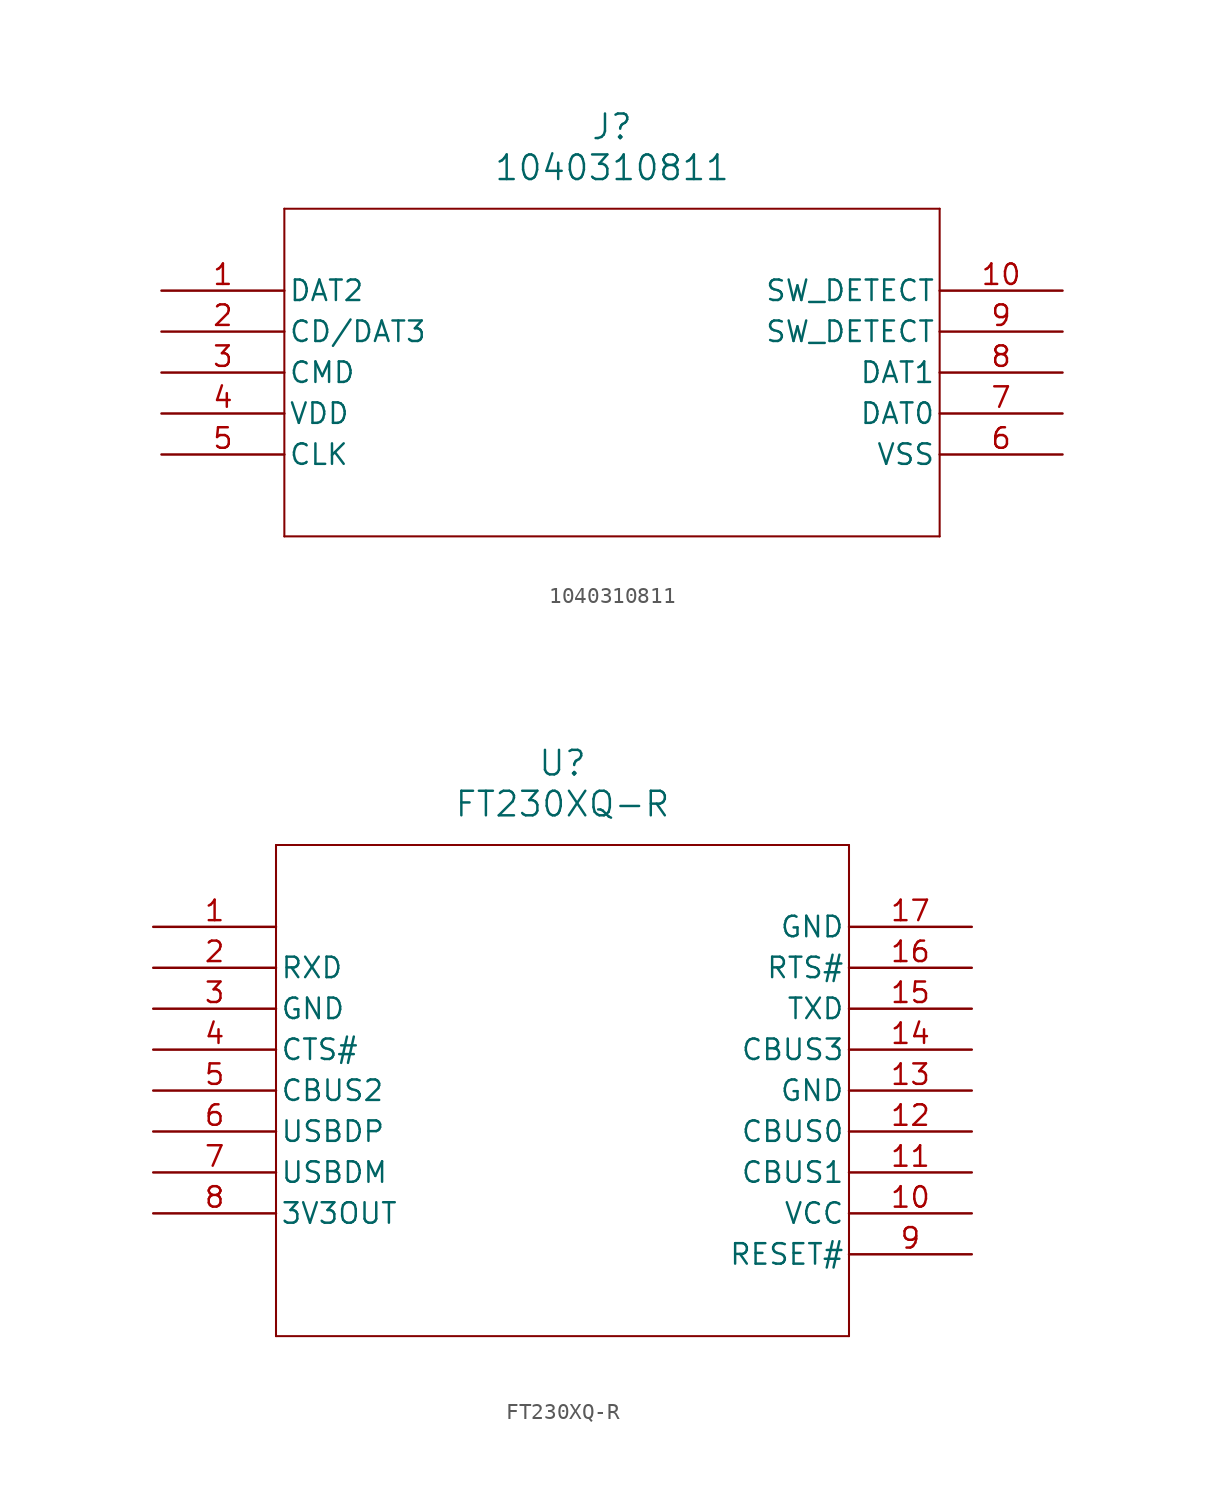
<source format=kicad_sym>
(kicad_symbol_lib
  (version 20231120)
  (generator "kicad_symbol_editor")
  (generator_version "8.0")
  (symbol "1040310811"
    (pin_names
      (offset 0.254))
    (property "Reference" "J"
      (at 27.94 10.16 0)
      (effects (font (size 1.524 1.524))))
    (property "Value" "1040310811"
      (at 27.94 7.62 0)
      (effects (font (size 1.524 1.524))))
    (property "ki_locked" ""
      (at 0 0 0)
      (effects (font (size 1.27 1.27))))
    (symbol "1040310811_0_1"
      (polyline (pts (xy 7.62 -15.24) (xy 48.26 -15.24)) (stroke (width 0.127) (type default)) (fill (type none)))
      (polyline (pts (xy 7.62 5.08) (xy 7.62 -15.24)) (stroke (width 0.127) (type default)) (fill (type none)))
      (polyline (pts (xy 48.26 -15.24) (xy 48.26 5.08)) (stroke (width 0.127) (type default)) (fill (type none)))
      (polyline (pts (xy 48.26 5.08) (xy 7.62 5.08)) (stroke (width 0.127) (type default)) (fill (type none)))
      (pin bidirectional line (at 0 0 0) (length 7.62) (name "DAT2" (effects (font (size 1.27 1.27)))) (number "1" (effects (font (size 1.27 1.27)))))
      (pin unspecified line (at 55.88 0 180) (length 7.62) (name "SW_DETECT" (effects (font (size 1.27 1.27)))) (number "10" (effects (font (size 1.27 1.27)))))
      (pin bidirectional line (at 0 -2.54 0) (length 7.62) (name "CD/DAT3" (effects (font (size 1.27 1.27)))) (number "2" (effects (font (size 1.27 1.27)))))
      (pin unspecified line (at 0 -5.08 0) (length 7.62) (name "CMD" (effects (font (size 1.27 1.27)))) (number "3" (effects (font (size 1.27 1.27)))))
      (pin power_in line (at 0 -7.62 0) (length 7.62) (name "VDD" (effects (font (size 1.27 1.27)))) (number "4" (effects (font (size 1.27 1.27)))))
      (pin unspecified line (at 0 -10.16 0) (length 7.62) (name "CLK" (effects (font (size 1.27 1.27)))) (number "5" (effects (font (size 1.27 1.27)))))
      (pin power_out line (at 55.88 -10.16 180) (length 7.62) (name "VSS" (effects (font (size 1.27 1.27)))) (number "6" (effects (font (size 1.27 1.27)))))
      (pin bidirectional line (at 55.88 -7.62 180) (length 7.62) (name "DAT0" (effects (font (size 1.27 1.27)))) (number "7" (effects (font (size 1.27 1.27)))))
      (pin bidirectional line (at 55.88 -5.08 180) (length 7.62) (name "DAT1" (effects (font (size 1.27 1.27)))) (number "8" (effects (font (size 1.27 1.27)))))
      (pin unspecified line (at 55.88 -2.54 180) (length 7.62) (name "SW_DETECT" (effects (font (size 1.27 1.27)))) (number "9" (effects (font (size 1.27 1.27)))))))
  (symbol "FT230XQ-R"
    (pin_names
      (offset 0.254))
    (property "Reference" "U"
      (at 25.4 10.16 0)
      (effects (font (size 1.524 1.524))))
    (property "Value" "FT230XQ-R"
      (at 25.4 7.62 0)
      (effects (font (size 1.524 1.524))))
    (property "ki_locked" ""
      (at 0 0 0)
      (effects (font (size 1.27 1.27))))
    (symbol "FT230XQ-R_0_1"
      (polyline (pts (xy 7.62 -25.4) (xy 43.18 -25.4)) (stroke (width 0.127) (type default)) (fill (type none)))
      (polyline (pts (xy 7.62 5.08) (xy 7.62 -25.4)) (stroke (width 0.127) (type default)) (fill (type none)))
      (polyline (pts (xy 43.18 -25.4) (xy 43.18 5.08)) (stroke (width 0.127) (type default)) (fill (type none)))
      (polyline (pts (xy 43.18 5.08) (xy 7.62 5.08)) (stroke (width 0.127) (type default)) (fill (type none)))
      (pin power_in line (at 0 0 0) (length 7.62) (name "" (effects (font (size 1.27 1.27)))) (number "1" (effects (font (size 1.27 1.27)))))
      (pin power_in line (at 50.8 -17.78 180) (length 7.62) (name "VCC" (effects (font (size 1.27 1.27)))) (number "10" (effects (font (size 1.27 1.27)))))
      (pin bidirectional line (at 50.8 -15.24 180) (length 7.62) (name "CBUS1" (effects (font (size 1.27 1.27)))) (number "11" (effects (font (size 1.27 1.27)))))
      (pin bidirectional line (at 50.8 -12.7 180) (length 7.62) (name "CBUS0" (effects (font (size 1.27 1.27)))) (number "12" (effects (font (size 1.27 1.27)))))
      (pin power_out line (at 50.8 -10.16 180) (length 7.62) (name "GND" (effects (font (size 1.27 1.27)))) (number "13" (effects (font (size 1.27 1.27)))))
      (pin bidirectional line (at 50.8 -7.62 180) (length 7.62) (name "CBUS3" (effects (font (size 1.27 1.27)))) (number "14" (effects (font (size 1.27 1.27)))))
      (pin output line (at 50.8 -5.08 180) (length 7.62) (name "TXD" (effects (font (size 1.27 1.27)))) (number "15" (effects (font (size 1.27 1.27)))))
      (pin output line (at 50.8 -2.54 180) (length 7.62) (name "RTS#" (effects (font (size 1.27 1.27)))) (number "16" (effects (font (size 1.27 1.27)))))
      (pin power_out line (at 50.8 0 180) (length 7.62) (name "GND" (effects (font (size 1.27 1.27)))) (number "17" (effects (font (size 1.27 1.27)))))
      (pin input line (at 0 -2.54 0) (length 7.62) (name "RXD" (effects (font (size 1.27 1.27)))) (number "2" (effects (font (size 1.27 1.27)))))
      (pin power_out line (at 0 -5.08 0) (length 7.62) (name "GND" (effects (font (size 1.27 1.27)))) (number "3" (effects (font (size 1.27 1.27)))))
      (pin input line (at 0 -7.62 0) (length 7.62) (name "CTS#" (effects (font (size 1.27 1.27)))) (number "4" (effects (font (size 1.27 1.27)))))
      (pin bidirectional line (at 0 -10.16 0) (length 7.62) (name "CBUS2" (effects (font (size 1.27 1.27)))) (number "5" (effects (font (size 1.27 1.27)))))
      (pin input line (at 0 -12.7 0) (length 7.62) (name "USBDP" (effects (font (size 1.27 1.27)))) (number "6" (effects (font (size 1.27 1.27)))))
      (pin input line (at 0 -15.24 0) (length 7.62) (name "USBDM" (effects (font (size 1.27 1.27)))) (number "7" (effects (font (size 1.27 1.27)))))
      (pin output line (at 0 -17.78 0) (length 7.62) (name "3V3OUT" (effects (font (size 1.27 1.27)))) (number "8" (effects (font (size 1.27 1.27)))))
      (pin input line (at 50.8 -20.32 180) (length 7.62) (name "RESET#" (effects (font (size 1.27 1.27)))) (number "9" (effects (font (size 1.27 1.27))))))))
</source>
